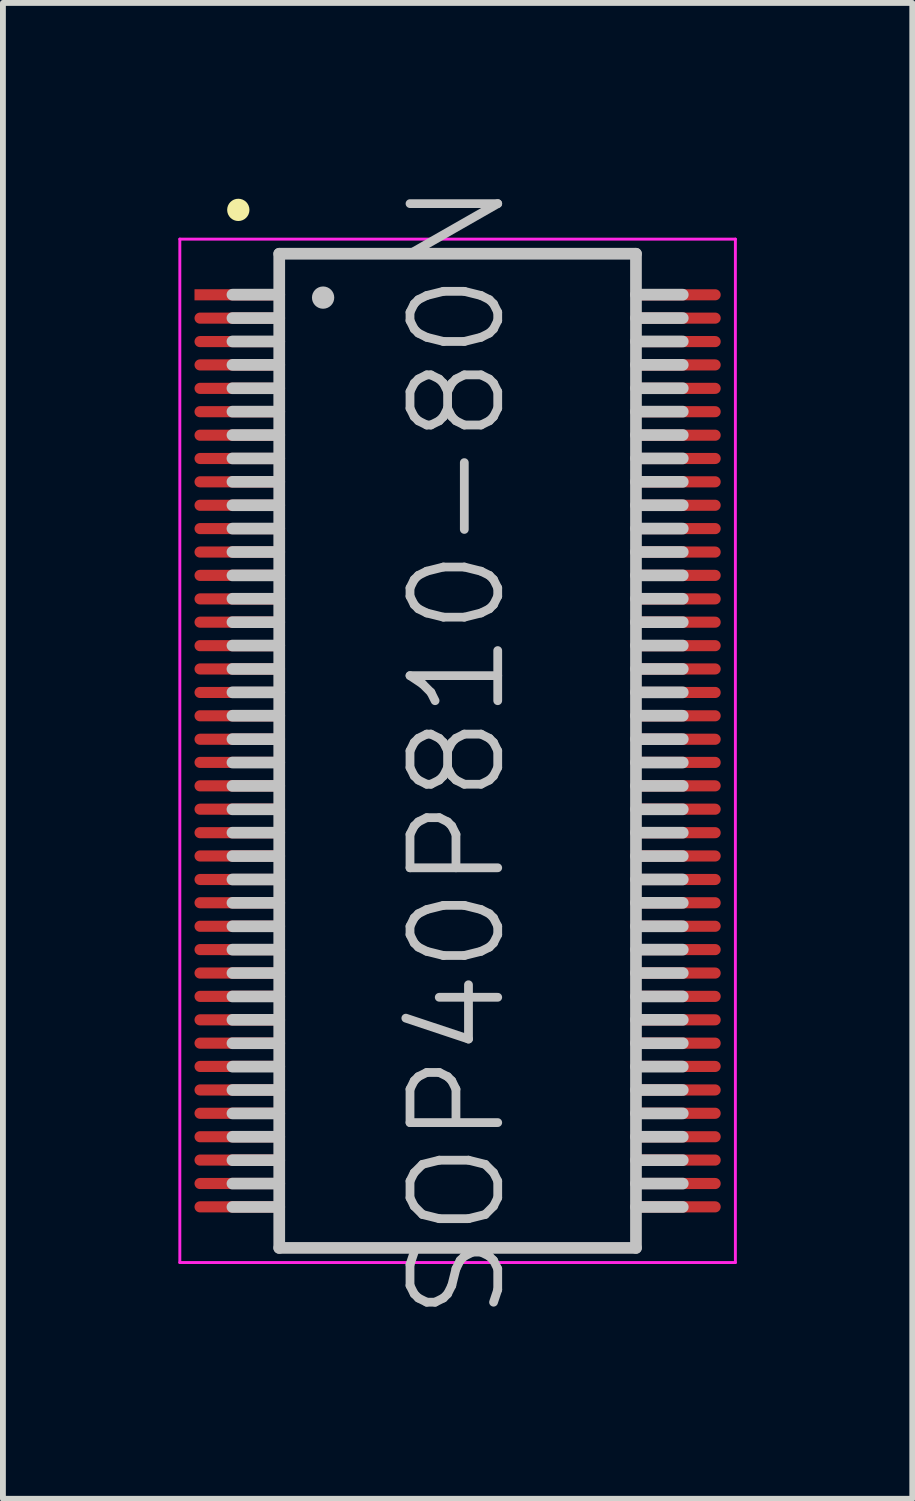
<source format=kicad_pcb>
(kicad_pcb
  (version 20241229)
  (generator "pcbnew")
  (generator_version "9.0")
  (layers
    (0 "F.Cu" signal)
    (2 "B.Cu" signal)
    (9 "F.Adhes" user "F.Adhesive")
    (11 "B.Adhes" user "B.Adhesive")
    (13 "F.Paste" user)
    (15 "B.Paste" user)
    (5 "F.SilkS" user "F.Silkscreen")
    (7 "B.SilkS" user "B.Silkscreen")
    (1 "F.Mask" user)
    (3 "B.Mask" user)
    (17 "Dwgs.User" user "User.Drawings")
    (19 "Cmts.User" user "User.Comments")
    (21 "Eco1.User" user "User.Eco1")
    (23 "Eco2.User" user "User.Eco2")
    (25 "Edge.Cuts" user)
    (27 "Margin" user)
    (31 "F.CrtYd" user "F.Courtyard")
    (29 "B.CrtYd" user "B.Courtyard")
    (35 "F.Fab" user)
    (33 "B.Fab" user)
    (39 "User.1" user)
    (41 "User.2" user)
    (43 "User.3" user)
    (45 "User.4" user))
  (footprint "SOP40P810-80N"
    (layer "F.Cu")
    (at 4.775 9.789)
    (property "Reference" "SOP40P810-80N" (at 0 0 90) (layer "Dwgs.User") (effects (font (size 1.5 1.5) (thickness 0.15))))
    (attr smd)
    (fp_line (start -3.75 -9.25) (end -3.75 -9.25) (stroke (width 0.381) (type solid)) (layer "F.SilkS"))
    (fp_line (start -3.05 -8.5) (end -3.05 8.5) (stroke (width 0.2) (type solid)) (layer "Dwgs.User"))
    (fp_line (start -3.05 -8.5) (end 3.05 -8.5) (stroke (width 0.2) (type solid)) (layer "Dwgs.User"))
    (fp_line (start -3.05 -7.8) (end -3.85 -7.8) (stroke (width 0.2) (type solid)) (layer "Dwgs.User"))
    (fp_line (start -3.05 -7.4) (end -3.85 -7.4) (stroke (width 0.2) (type solid)) (layer "Dwgs.User"))
    (fp_line (start -3.05 -7) (end -3.85 -7) (stroke (width 0.2) (type solid)) (layer "Dwgs.User"))
    (fp_line (start -3.05 -6.6) (end -3.85 -6.6) (stroke (width 0.2) (type solid)) (layer "Dwgs.User"))
    (fp_line (start -3.05 -6.2) (end -3.85 -6.2) (stroke (width 0.2) (type solid)) (layer "Dwgs.User"))
    (fp_line (start -3.05 -5.8) (end -3.85 -5.8) (stroke (width 0.2) (type solid)) (layer "Dwgs.User"))
    (fp_line (start -3.05 -5.4) (end -3.85 -5.4) (stroke (width 0.2) (type solid)) (layer "Dwgs.User"))
    (fp_line (start -3.05 -5) (end -3.85 -5) (stroke (width 0.2) (type solid)) (layer "Dwgs.User"))
    (fp_line (start -3.05 -4.6) (end -3.85 -4.6) (stroke (width 0.2) (type solid)) (layer "Dwgs.User"))
    (fp_line (start -3.05 -4.2) (end -3.85 -4.2) (stroke (width 0.2) (type solid)) (layer "Dwgs.User"))
    (fp_line (start -3.05 -3.8) (end -3.85 -3.8) (stroke (width 0.2) (type solid)) (layer "Dwgs.User"))
    (fp_line (start -3.05 -3.4) (end -3.85 -3.4) (stroke (width 0.2) (type solid)) (layer "Dwgs.User"))
    (fp_line (start -3.05 -3) (end -3.85 -3) (stroke (width 0.2) (type solid)) (layer "Dwgs.User"))
    (fp_line (start -3.05 -2.6) (end -3.85 -2.6) (stroke (width 0.2) (type solid)) (layer "Dwgs.User"))
    (fp_line (start -3.05 -2.2) (end -3.85 -2.2) (stroke (width 0.2) (type solid)) (layer "Dwgs.User"))
    (fp_line (start -3.05 -1.8) (end -3.85 -1.8) (stroke (width 0.2) (type solid)) (layer "Dwgs.User"))
    (fp_line (start -3.05 -1.4) (end -3.85 -1.4) (stroke (width 0.2) (type solid)) (layer "Dwgs.User"))
    (fp_line (start -3.05 -1) (end -3.85 -1) (stroke (width 0.2) (type solid)) (layer "Dwgs.User"))
    (fp_line (start -3.05 -0.6) (end -3.85 -0.6) (stroke (width 0.2) (type solid)) (layer "Dwgs.User"))
    (fp_line (start -3.05 -0.2) (end -3.85 -0.2) (stroke (width 0.2) (type solid)) (layer "Dwgs.User"))
    (fp_line (start -3.05 0.2) (end -3.85 0.2) (stroke (width 0.2) (type solid)) (layer "Dwgs.User"))
    (fp_line (start -3.05 0.6) (end -3.85 0.6) (stroke (width 0.2) (type solid)) (layer "Dwgs.User"))
    (fp_line (start -3.05 1) (end -3.85 1) (stroke (width 0.2) (type solid)) (layer "Dwgs.User"))
    (fp_line (start -3.05 1.4) (end -3.85 1.4) (stroke (width 0.2) (type solid)) (layer "Dwgs.User"))
    (fp_line (start -3.05 1.8) (end -3.85 1.8) (stroke (width 0.2) (type solid)) (layer "Dwgs.User"))
    (fp_line (start -3.05 2.2) (end -3.85 2.2) (stroke (width 0.2) (type solid)) (layer "Dwgs.User"))
    (fp_line (start -3.05 2.6) (end -3.85 2.6) (stroke (width 0.2) (type solid)) (layer "Dwgs.User"))
    (fp_line (start -3.05 3) (end -3.85 3) (stroke (width 0.2) (type solid)) (layer "Dwgs.User"))
    (fp_line (start -3.05 3.4) (end -3.85 3.4) (stroke (width 0.2) (type solid)) (layer "Dwgs.User"))
    (fp_line (start -3.05 3.8) (end -3.85 3.8) (stroke (width 0.2) (type solid)) (layer "Dwgs.User"))
    (fp_line (start -3.05 4.2) (end -3.85 4.2) (stroke (width 0.2) (type solid)) (layer "Dwgs.User"))
    (fp_line (start -3.05 4.6) (end -3.85 4.6) (stroke (width 0.2) (type solid)) (layer "Dwgs.User"))
    (fp_line (start -3.05 5) (end -3.85 5) (stroke (width 0.2) (type solid)) (layer "Dwgs.User"))
    (fp_line (start -3.05 5.4) (end -3.85 5.4) (stroke (width 0.2) (type solid)) (layer "Dwgs.User"))
    (fp_line (start -3.05 5.8) (end -3.85 5.8) (stroke (width 0.2) (type solid)) (layer "Dwgs.User"))
    (fp_line (start -3.05 6.2) (end -3.85 6.2) (stroke (width 0.2) (type solid)) (layer "Dwgs.User"))
    (fp_line (start -3.05 6.6) (end -3.85 6.6) (stroke (width 0.2) (type solid)) (layer "Dwgs.User"))
    (fp_line (start -3.05 7) (end -3.85 7) (stroke (width 0.2) (type solid)) (layer "Dwgs.User"))
    (fp_line (start -3.05 7.4) (end -3.85 7.4) (stroke (width 0.2) (type solid)) (layer "Dwgs.User"))
    (fp_line (start -3.05 7.8) (end -3.85 7.8) (stroke (width 0.2) (type solid)) (layer "Dwgs.User"))
    (fp_line (start -3.05 8.5) (end 3.05 8.5) (stroke (width 0.2) (type solid)) (layer "Dwgs.User"))
    (fp_line (start -2.3 -7.75) (end -2.3 -7.75) (stroke (width 0.381) (type solid)) (layer "Dwgs.User"))
    (fp_line (start 3.05 -8.5) (end 3.05 8.5) (stroke (width 0.2) (type solid)) (layer "Dwgs.User"))
    (fp_line (start 3.85 -7.8) (end 3.05 -7.8) (stroke (width 0.2) (type solid)) (layer "Dwgs.User"))
    (fp_line (start 3.85 -7.4) (end 3.05 -7.4) (stroke (width 0.2) (type solid)) (layer "Dwgs.User"))
    (fp_line (start 3.85 -7) (end 3.05 -7) (stroke (width 0.2) (type solid)) (layer "Dwgs.User"))
    (fp_line (start 3.85 -6.6) (end 3.05 -6.6) (stroke (width 0.2) (type solid)) (layer "Dwgs.User"))
    (fp_line (start 3.85 -6.2) (end 3.05 -6.2) (stroke (width 0.2) (type solid)) (layer "Dwgs.User"))
    (fp_line (start 3.85 -5.8) (end 3.05 -5.8) (stroke (width 0.2) (type solid)) (layer "Dwgs.User"))
    (fp_line (start 3.85 -5.4) (end 3.05 -5.4) (stroke (width 0.2) (type solid)) (layer "Dwgs.User"))
    (fp_line (start 3.85 -5) (end 3.05 -5) (stroke (width 0.2) (type solid)) (layer "Dwgs.User"))
    (fp_line (start 3.85 -4.6) (end 3.05 -4.6) (stroke (width 0.2) (type solid)) (layer "Dwgs.User"))
    (fp_line (start 3.85 -4.2) (end 3.05 -4.2) (stroke (width 0.2) (type solid)) (layer "Dwgs.User"))
    (fp_line (start 3.85 -3.8) (end 3.05 -3.8) (stroke (width 0.2) (type solid)) (layer "Dwgs.User"))
    (fp_line (start 3.85 -3.4) (end 3.05 -3.4) (stroke (width 0.2) (type solid)) (layer "Dwgs.User"))
    (fp_line (start 3.85 -3) (end 3.05 -3) (stroke (width 0.2) (type solid)) (layer "Dwgs.User"))
    (fp_line (start 3.85 -2.6) (end 3.05 -2.6) (stroke (width 0.2) (type solid)) (layer "Dwgs.User"))
    (fp_line (start 3.85 -2.2) (end 3.05 -2.2) (stroke (width 0.2) (type solid)) (layer "Dwgs.User"))
    (fp_line (start 3.85 -1.8) (end 3.05 -1.8) (stroke (width 0.2) (type solid)) (layer "Dwgs.User"))
    (fp_line (start 3.85 -1.4) (end 3.05 -1.4) (stroke (width 0.2) (type solid)) (layer "Dwgs.User"))
    (fp_line (start 3.85 -1) (end 3.05 -1) (stroke (width 0.2) (type solid)) (layer "Dwgs.User"))
    (fp_line (start 3.85 -0.6) (end 3.05 -0.6) (stroke (width 0.2) (type solid)) (layer "Dwgs.User"))
    (fp_line (start 3.85 -0.2) (end 3.05 -0.2) (stroke (width 0.2) (type solid)) (layer "Dwgs.User"))
    (fp_line (start 3.85 0.2) (end 3.05 0.2) (stroke (width 0.2) (type solid)) (layer "Dwgs.User"))
    (fp_line (start 3.85 0.6) (end 3.05 0.6) (stroke (width 0.2) (type solid)) (layer "Dwgs.User"))
    (fp_line (start 3.85 1) (end 3.05 1) (stroke (width 0.2) (type solid)) (layer "Dwgs.User"))
    (fp_line (start 3.85 1.4) (end 3.05 1.4) (stroke (width 0.2) (type solid)) (layer "Dwgs.User"))
    (fp_line (start 3.85 1.8) (end 3.05 1.8) (stroke (width 0.2) (type solid)) (layer "Dwgs.User"))
    (fp_line (start 3.85 2.2) (end 3.05 2.2) (stroke (width 0.2) (type solid)) (layer "Dwgs.User"))
    (fp_line (start 3.85 2.6) (end 3.05 2.6) (stroke (width 0.2) (type solid)) (layer "Dwgs.User"))
    (fp_line (start 3.85 3) (end 3.05 3) (stroke (width 0.2) (type solid)) (layer "Dwgs.User"))
    (fp_line (start 3.85 3.4) (end 3.05 3.4) (stroke (width 0.2) (type solid)) (layer "Dwgs.User"))
    (fp_line (start 3.85 3.8) (end 3.05 3.8) (stroke (width 0.2) (type solid)) (layer "Dwgs.User"))
    (fp_line (start 3.85 4.2) (end 3.05 4.2) (stroke (width 0.2) (type solid)) (layer "Dwgs.User"))
    (fp_line (start 3.85 4.6) (end 3.05 4.6) (stroke (width 0.2) (type solid)) (layer "Dwgs.User"))
    (fp_line (start 3.85 5) (end 3.05 5) (stroke (width 0.2) (type solid)) (layer "Dwgs.User"))
    (fp_line (start 3.85 5.4) (end 3.05 5.4) (stroke (width 0.2) (type solid)) (layer "Dwgs.User"))
    (fp_line (start 3.85 5.8) (end 3.05 5.8) (stroke (width 0.2) (type solid)) (layer "Dwgs.User"))
    (fp_line (start 3.85 6.2) (end 3.05 6.2) (stroke (width 0.2) (type solid)) (layer "Dwgs.User"))
    (fp_line (start 3.85 6.6) (end 3.05 6.6) (stroke (width 0.2) (type solid)) (layer "Dwgs.User"))
    (fp_line (start 3.85 7) (end 3.05 7) (stroke (width 0.2) (type solid)) (layer "Dwgs.User"))
    (fp_line (start 3.85 7.4) (end 3.05 7.4) (stroke (width 0.2) (type solid)) (layer "Dwgs.User"))
    (fp_line (start 3.85 7.8) (end 3.05 7.8) (stroke (width 0.2) (type solid)) (layer "Dwgs.User"))
    (fp_line (start -4.75 -8.75) (end -4.75 8.75) (stroke (width 0.05) (type solid)) (layer "F.CrtYd"))
    (fp_line (start -4.75 -8.75) (end 4.75 -8.75) (stroke (width 0.05) (type solid)) (layer "F.CrtYd"))
    (fp_line (start -4.75 8.75) (end 4.75 8.75) (stroke (width 0.05) (type solid)) (layer "F.CrtYd"))
    (fp_line (start 4.75 -8.75) (end 4.75 8.75) (stroke (width 0.05) (type solid)) (layer "F.CrtYd"))
    (pad "1" smd rect (at -3.749 -7.798 90) (size 0.19 1.5) (layers "F.Cu" "F.Mask" "F.Paste"))
    (pad "2" smd oval (at -3.749 -7.399 90) (size 0.19 1.5) (layers "F.Cu" "F.Mask" "F.Paste"))
    (pad "3" smd oval (at -3.749 -6.998 90) (size 0.19 1.5) (layers "F.Cu" "F.Mask" "F.Paste"))
    (pad "4" smd oval (at -3.749 -6.599 90) (size 0.19 1.5) (layers "F.Cu" "F.Mask" "F.Paste"))
    (pad "5" smd oval (at -3.749 -6.198 90) (size 0.19 1.5) (layers "F.Cu" "F.Mask" "F.Paste"))
    (pad "6" smd oval (at -3.749 -5.799 90) (size 0.19 1.5) (layers "F.Cu" "F.Mask" "F.Paste"))
    (pad "7" smd oval (at -3.749 -5.397 90) (size 0.19 1.5) (layers "F.Cu" "F.Mask" "F.Paste"))
    (pad "8" smd oval (at -3.749 -4.999 90) (size 0.19 1.5) (layers "F.Cu" "F.Mask" "F.Paste"))
    (pad "9" smd oval (at -3.749 -4.6 90) (size 0.19 1.5) (layers "F.Cu" "F.Mask" "F.Paste"))
    (pad "10" smd oval (at -3.749 -4.199 90) (size 0.19 1.5) (layers "F.Cu" "F.Mask" "F.Paste"))
    (pad "11" smd oval (at -3.749 -3.8 90) (size 0.19 1.5) (layers "F.Cu" "F.Mask" "F.Paste"))
    (pad "12" smd oval (at -3.749 -3.399 90) (size 0.19 1.5) (layers "F.Cu" "F.Mask" "F.Paste"))
    (pad "13" smd oval (at -3.749 -3 90) (size 0.19 1.5) (layers "F.Cu" "F.Mask" "F.Paste"))
    (pad "14" smd oval (at -3.749 -2.598 90) (size 0.19 1.5) (layers "F.Cu" "F.Mask" "F.Paste"))
    (pad "15" smd oval (at -3.749 -2.2 90) (size 0.19 1.5) (layers "F.Cu" "F.Mask" "F.Paste"))
    (pad "16" smd oval (at -3.749 -1.798 90) (size 0.19 1.5) (layers "F.Cu" "F.Mask" "F.Paste"))
    (pad "17" smd oval (at -3.749 -1.4 90) (size 0.19 1.5) (layers "F.Cu" "F.Mask" "F.Paste"))
    (pad "18" smd oval (at -3.749 -0.998 90) (size 0.19 1.5) (layers "F.Cu" "F.Mask" "F.Paste"))
    (pad "19" smd oval (at -3.749 -0.599 90) (size 0.19 1.5) (layers "F.Cu" "F.Mask" "F.Paste"))
    (pad "20" smd oval (at -3.749 -0.198 90) (size 0.19 1.5) (layers "F.Cu" "F.Mask" "F.Paste"))
    (pad "21" smd oval (at -3.749 0.198 90) (size 0.19 1.5) (layers "F.Cu" "F.Mask" "F.Paste"))
    (pad "22" smd oval (at -3.749 0.599 90) (size 0.19 1.5) (layers "F.Cu" "F.Mask" "F.Paste"))
    (pad "23" smd oval (at -3.749 0.998 90) (size 0.19 1.5) (layers "F.Cu" "F.Mask" "F.Paste"))
    (pad "24" smd oval (at -3.749 1.4 90) (size 0.19 1.5) (layers "F.Cu" "F.Mask" "F.Paste"))
    (pad "25" smd oval (at -3.749 1.798 90) (size 0.19 1.5) (layers "F.Cu" "F.Mask" "F.Paste"))
    (pad "26" smd oval (at -3.749 2.2 90) (size 0.19 1.5) (layers "F.Cu" "F.Mask" "F.Paste"))
    (pad "27" smd oval (at -3.749 2.598 90) (size 0.19 1.5) (layers "F.Cu" "F.Mask" "F.Paste"))
    (pad "28" smd oval (at -3.749 3 90) (size 0.19 1.5) (layers "F.Cu" "F.Mask" "F.Paste"))
    (pad "29" smd oval (at -3.749 3.399 90) (size 0.19 1.5) (layers "F.Cu" "F.Mask" "F.Paste"))
    (pad "30" smd oval (at -3.749 3.8 90) (size 0.19 1.5) (layers "F.Cu" "F.Mask" "F.Paste"))
    (pad "31" smd oval (at -3.749 4.199 90) (size 0.19 1.5) (layers "F.Cu" "F.Mask" "F.Paste"))
    (pad "32" smd oval (at -3.749 4.6 90) (size 0.19 1.5) (layers "F.Cu" "F.Mask" "F.Paste"))
    (pad "33" smd oval (at -3.749 4.999 90) (size 0.19 1.5) (layers "F.Cu" "F.Mask" "F.Paste"))
    (pad "34" smd oval (at -3.749 5.397 90) (size 0.19 1.5) (layers "F.Cu" "F.Mask" "F.Paste"))
    (pad "35" smd oval (at -3.749 5.799 90) (size 0.19 1.5) (layers "F.Cu" "F.Mask" "F.Paste"))
    (pad "36" smd oval (at -3.749 6.198 90) (size 0.19 1.5) (layers "F.Cu" "F.Mask" "F.Paste"))
    (pad "37" smd oval (at -3.749 6.599 90) (size 0.19 1.5) (layers "F.Cu" "F.Mask" "F.Paste"))
    (pad "38" smd oval (at -3.749 6.998 90) (size 0.19 1.5) (layers "F.Cu" "F.Mask" "F.Paste"))
    (pad "39" smd oval (at -3.749 7.399 90) (size 0.19 1.5) (layers "F.Cu" "F.Mask" "F.Paste"))
    (pad "40" smd oval (at -3.749 7.798 90) (size 0.19 1.5) (layers "F.Cu" "F.Mask" "F.Paste"))
    (pad "41" smd oval (at 3.749 7.798 270) (size 0.19 1.5) (layers "F.Cu" "F.Mask" "F.Paste"))
    (pad "42" smd oval (at 3.749 7.399 270) (size 0.19 1.5) (layers "F.Cu" "F.Mask" "F.Paste"))
    (pad "43" smd oval (at 3.749 6.998 270) (size 0.19 1.5) (layers "F.Cu" "F.Mask" "F.Paste"))
    (pad "44" smd oval (at 3.749 6.599 270) (size 0.19 1.5) (layers "F.Cu" "F.Mask" "F.Paste"))
    (pad "45" smd oval (at 3.749 6.198 270) (size 0.19 1.5) (layers "F.Cu" "F.Mask" "F.Paste"))
    (pad "46" smd oval (at 3.749 5.799 270) (size 0.19 1.5) (layers "F.Cu" "F.Mask" "F.Paste"))
    (pad "47" smd oval (at 3.749 5.397 270) (size 0.19 1.5) (layers "F.Cu" "F.Mask" "F.Paste"))
    (pad "48" smd oval (at 3.749 4.999 270) (size 0.19 1.5) (layers "F.Cu" "F.Mask" "F.Paste"))
    (pad "49" smd oval (at 3.749 4.6 270) (size 0.19 1.5) (layers "F.Cu" "F.Mask" "F.Paste"))
    (pad "50" smd oval (at 3.749 4.199 270) (size 0.19 1.5) (layers "F.Cu" "F.Mask" "F.Paste"))
    (pad "51" smd oval (at 3.749 3.8 270) (size 0.19 1.5) (layers "F.Cu" "F.Mask" "F.Paste"))
    (pad "52" smd oval (at 3.749 3.399 270) (size 0.19 1.5) (layers "F.Cu" "F.Mask" "F.Paste"))
    (pad "53" smd oval (at 3.749 3 270) (size 0.19 1.5) (layers "F.Cu" "F.Mask" "F.Paste"))
    (pad "54" smd oval (at 3.749 2.598 270) (size 0.19 1.5) (layers "F.Cu" "F.Mask" "F.Paste"))
    (pad "55" smd oval (at 3.749 2.2 270) (size 0.19 1.5) (layers "F.Cu" "F.Mask" "F.Paste"))
    (pad "56" smd oval (at 3.749 1.798 270) (size 0.19 1.5) (layers "F.Cu" "F.Mask" "F.Paste"))
    (pad "57" smd oval (at 3.749 1.4 270) (size 0.19 1.5) (layers "F.Cu" "F.Mask" "F.Paste"))
    (pad "58" smd oval (at 3.749 0.998 270) (size 0.19 1.5) (layers "F.Cu" "F.Mask" "F.Paste"))
    (pad "59" smd oval (at 3.749 0.599 270) (size 0.19 1.5) (layers "F.Cu" "F.Mask" "F.Paste"))
    (pad "60" smd oval (at 3.749 0.198 270) (size 0.19 1.5) (layers "F.Cu" "F.Mask" "F.Paste"))
    (pad "61" smd oval (at 3.749 -0.198 270) (size 0.19 1.5) (layers "F.Cu" "F.Mask" "F.Paste"))
    (pad "62" smd oval (at 3.749 -0.599 270) (size 0.19 1.5) (layers "F.Cu" "F.Mask" "F.Paste"))
    (pad "63" smd oval (at 3.749 -0.998 270) (size 0.19 1.5) (layers "F.Cu" "F.Mask" "F.Paste"))
    (pad "64" smd oval (at 3.749 -1.4 270) (size 0.19 1.5) (layers "F.Cu" "F.Mask" "F.Paste"))
    (pad "65" smd oval (at 3.749 -1.798 270) (size 0.19 1.5) (layers "F.Cu" "F.Mask" "F.Paste"))
    (pad "66" smd oval (at 3.749 -2.2 270) (size 0.19 1.5) (layers "F.Cu" "F.Mask" "F.Paste"))
    (pad "67" smd oval (at 3.749 -2.598 270) (size 0.19 1.5) (layers "F.Cu" "F.Mask" "F.Paste"))
    (pad "68" smd oval (at 3.749 -3 270) (size 0.19 1.5) (layers "F.Cu" "F.Mask" "F.Paste"))
    (pad "69" smd oval (at 3.749 -3.399 270) (size 0.19 1.5) (layers "F.Cu" "F.Mask" "F.Paste"))
    (pad "70" smd oval (at 3.749 -3.8 270) (size 0.19 1.5) (layers "F.Cu" "F.Mask" "F.Paste"))
    (pad "71" smd oval (at 3.749 -4.199 270) (size 0.19 1.5) (layers "F.Cu" "F.Mask" "F.Paste"))
    (pad "72" smd oval (at 3.749 -4.6 270) (size 0.19 1.5) (layers "F.Cu" "F.Mask" "F.Paste"))
    (pad "73" smd oval (at 3.749 -4.999 270) (size 0.19 1.5) (layers "F.Cu" "F.Mask" "F.Paste"))
    (pad "74" smd oval (at 3.749 -5.397 270) (size 0.19 1.5) (layers "F.Cu" "F.Mask" "F.Paste"))
    (pad "75" smd oval (at 3.749 -5.799 270) (size 0.19 1.5) (layers "F.Cu" "F.Mask" "F.Paste"))
    (pad "76" smd oval (at 3.749 -6.198 270) (size 0.19 1.5) (layers "F.Cu" "F.Mask" "F.Paste"))
    (pad "77" smd oval (at 3.749 -6.599 270) (size 0.19 1.5) (layers "F.Cu" "F.Mask" "F.Paste"))
    (pad "78" smd oval (at 3.749 -6.998 270) (size 0.19 1.5) (layers "F.Cu" "F.Mask" "F.Paste"))
    (pad "79" smd oval (at 3.749 -7.399 270) (size 0.19 1.5) (layers "F.Cu" "F.Mask" "F.Paste"))
    (pad "80" smd oval (at 3.749 -7.798 270) (size 0.19 1.5) (layers "F.Cu" "F.Mask" "F.Paste")))
  (gr_rect
    (start -3 -3)
    (end 12.55 22.579)
    (stroke (width 0.1) (type default))
    (fill no)
    (layer "Edge.Cuts")))
</source>
